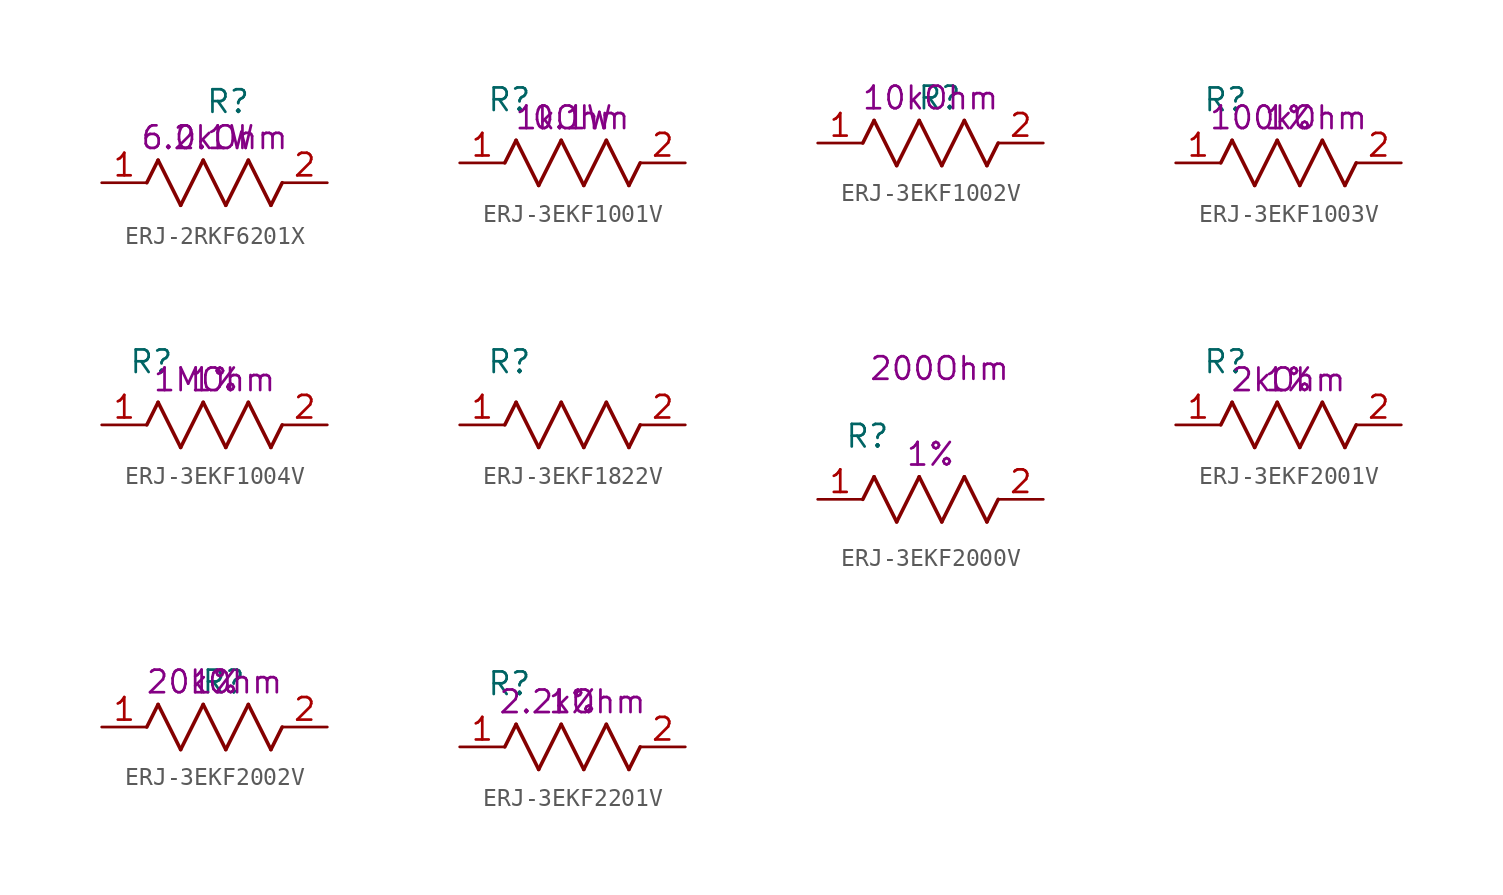
<source format=kicad_sym>
(kicad_symbol_lib
  (version 20241209)
  (generator "kicad_symbol_editor")
  (generator_version "9.0")
  (symbol "ERJ-2RKF6201X"
    (property "Reference" "R"
      (at 0.762 2.032 0)
      (effects (font (size 1.27 1.27))))
    (property "R" "6.2kOhm"
      (at 0 0 0)
      (effects (font (size 1.27 1.27))))
    (property "P" "0.1W"
      (at 0 0 0)
      (effects (font (size 1.27 1.27))))
    (symbol "ERJ-2RKF6201X_1_1"
      (polyline (pts (xy -3.81 -2.54) (xy -3.175 -1.27)) (stroke (width 0.203) (type default)) (fill (type none)))
      (polyline (pts (xy -3.175 -1.27) (xy -1.905 -3.81)) (stroke (width 0.203) (type default)) (fill (type none)))
      (polyline (pts (xy -1.905 -3.81) (xy -0.635 -1.27)) (stroke (width 0.203) (type default)) (fill (type none)))
      (polyline (pts (xy -0.635 -1.27) (xy 0.635 -3.81)) (stroke (width 0.203) (type default)) (fill (type none)))
      (polyline (pts (xy 0.635 -3.81) (xy 1.905 -1.27)) (stroke (width 0.203) (type default)) (fill (type none)))
      (polyline (pts (xy 1.905 -1.27) (xy 3.175 -3.81)) (stroke (width 0.203) (type default)) (fill (type none)))
      (polyline (pts (xy 3.175 -3.81) (xy 3.81 -2.54)) (stroke (width 0.203) (type default)) (fill (type none)))
      (pin unspecified line (at -6.35 -2.54 0) (length 2.54) (name "" (effects (font (size 1.27 1.27)))) (number "1" (effects (font (size 1.27 1.27)))))
      (pin unspecified line (at 6.35 -2.54 180) (length 2.54) (name "" (effects (font (size 1.27 1.27)))) (number "2" (effects (font (size 1.27 1.27)))))))
  (symbol "ERJ-3EKF1001V"
    (property "Reference" "R"
      (at -3.556 1.016 0)
      (effects (font (size 1.27 1.27))))
    (property "R" "1kOhm"
      (at 0 0 0)
      (effects (font (size 1.27 1.27))))
    (property "P" "0.1W"
      (at 0 0 0)
      (effects (font (size 1.27 1.27))))
    (symbol "ERJ-3EKF1001V_1_1"
      (polyline (pts (xy -3.81 -2.54) (xy -3.175 -1.27)) (stroke (width 0.203) (type default)) (fill (type none)))
      (polyline (pts (xy -3.175 -1.27) (xy -1.905 -3.81)) (stroke (width 0.203) (type default)) (fill (type none)))
      (polyline (pts (xy -1.905 -3.81) (xy -0.635 -1.27)) (stroke (width 0.203) (type default)) (fill (type none)))
      (polyline (pts (xy -0.635 -1.27) (xy 0.635 -3.81)) (stroke (width 0.203) (type default)) (fill (type none)))
      (polyline (pts (xy 0.635 -3.81) (xy 1.905 -1.27)) (stroke (width 0.203) (type default)) (fill (type none)))
      (polyline (pts (xy 1.905 -1.27) (xy 3.175 -3.81)) (stroke (width 0.203) (type default)) (fill (type none)))
      (polyline (pts (xy 3.175 -3.81) (xy 3.81 -2.54)) (stroke (width 0.203) (type default)) (fill (type none)))
      (pin unspecified line (at -6.35 -2.54 0) (length 2.54) (name "" (effects (font (size 1.27 1.27)))) (number "1" (effects (font (size 1.27 1.27)))))
      (pin unspecified line (at 6.35 -2.54 180) (length 2.54) (name "" (effects (font (size 1.27 1.27)))) (number "2" (effects (font (size 1.27 1.27)))))))
  (symbol "ERJ-3EKF1002V"
    (property "Reference" "R"
      (at 0.508 0 0)
      (effects (font (size 1.27 1.27))))
    (property "R" "10kOhm"
      (at 0 0 0)
      (effects (font (size 1.27 1.27))))
    (symbol "ERJ-3EKF1002V_1_1"
      (polyline (pts (xy -3.81 -2.54) (xy -3.175 -1.27)) (stroke (width 0.203) (type default)) (fill (type none)))
      (polyline (pts (xy -3.175 -1.27) (xy -1.905 -3.81)) (stroke (width 0.203) (type default)) (fill (type none)))
      (polyline (pts (xy -1.905 -3.81) (xy -0.635 -1.27)) (stroke (width 0.203) (type default)) (fill (type none)))
      (polyline (pts (xy -0.635 -1.27) (xy 0.635 -3.81)) (stroke (width 0.203) (type default)) (fill (type none)))
      (polyline (pts (xy 0.635 -3.81) (xy 1.905 -1.27)) (stroke (width 0.203) (type default)) (fill (type none)))
      (polyline (pts (xy 1.905 -1.27) (xy 3.175 -3.81)) (stroke (width 0.203) (type default)) (fill (type none)))
      (polyline (pts (xy 3.175 -3.81) (xy 3.81 -2.54)) (stroke (width 0.203) (type default)) (fill (type none)))
      (pin unspecified line (at -6.35 -2.54 0) (length 2.54) (name "" (effects (font (size 1.27 1.27)))) (number "1" (effects (font (size 1.27 1.27)))))
      (pin unspecified line (at 6.35 -2.54 180) (length 2.54) (name "" (effects (font (size 1.27 1.27)))) (number "2" (effects (font (size 1.27 1.27)))))))
  (symbol "ERJ-3EKF1003V"
    (property "Reference" "R"
      (at -3.556 1.016 0)
      (effects (font (size 1.27 1.27))))
    (property "R" "100kOhm"
      (at 0 0 0)
      (effects (font (size 1.27 1.27))))
    (property "Acc" "1%"
      (at 0 0 0)
      (effects (font (size 1.27 1.27))))
    (symbol "ERJ-3EKF1003V_1_1"
      (polyline (pts (xy -3.81 -2.54) (xy -3.175 -1.27)) (stroke (width 0.203) (type default)) (fill (type none)))
      (polyline (pts (xy -3.175 -1.27) (xy -1.905 -3.81)) (stroke (width 0.203) (type default)) (fill (type none)))
      (polyline (pts (xy -1.905 -3.81) (xy -0.635 -1.27)) (stroke (width 0.203) (type default)) (fill (type none)))
      (polyline (pts (xy -0.635 -1.27) (xy 0.635 -3.81)) (stroke (width 0.203) (type default)) (fill (type none)))
      (polyline (pts (xy 0.635 -3.81) (xy 1.905 -1.27)) (stroke (width 0.203) (type default)) (fill (type none)))
      (polyline (pts (xy 1.905 -1.27) (xy 3.175 -3.81)) (stroke (width 0.203) (type default)) (fill (type none)))
      (polyline (pts (xy 3.175 -3.81) (xy 3.81 -2.54)) (stroke (width 0.203) (type default)) (fill (type none)))
      (pin unspecified line (at -6.35 -2.54 0) (length 2.54) (name "" (effects (font (size 1.27 1.27)))) (number "1" (effects (font (size 1.27 1.27)))))
      (pin unspecified line (at 6.35 -2.54 180) (length 2.54) (name "" (effects (font (size 1.27 1.27)))) (number "2" (effects (font (size 1.27 1.27)))))))
  (symbol "ERJ-3EKF1004V"
    (property "Reference" "R"
      (at -3.556 1.016 0)
      (effects (font (size 1.27 1.27))))
    (property "R" "1MOhm"
      (at 0 0 0)
      (effects (font (size 1.27 1.27))))
    (property "Acc" "1%"
      (at 0 0 0)
      (effects (font (size 1.27 1.27))))
    (symbol "ERJ-3EKF1004V_1_1"
      (polyline (pts (xy -3.81 -2.54) (xy -3.175 -1.27)) (stroke (width 0.203) (type default)) (fill (type none)))
      (polyline (pts (xy -3.175 -1.27) (xy -1.905 -3.81)) (stroke (width 0.203) (type default)) (fill (type none)))
      (polyline (pts (xy -1.905 -3.81) (xy -0.635 -1.27)) (stroke (width 0.203) (type default)) (fill (type none)))
      (polyline (pts (xy -0.635 -1.27) (xy 0.635 -3.81)) (stroke (width 0.203) (type default)) (fill (type none)))
      (polyline (pts (xy 0.635 -3.81) (xy 1.905 -1.27)) (stroke (width 0.203) (type default)) (fill (type none)))
      (polyline (pts (xy 1.905 -1.27) (xy 3.175 -3.81)) (stroke (width 0.203) (type default)) (fill (type none)))
      (polyline (pts (xy 3.175 -3.81) (xy 3.81 -2.54)) (stroke (width 0.203) (type default)) (fill (type none)))
      (pin unspecified line (at -6.35 -2.54 0) (length 2.54) (name "" (effects (font (size 1.27 1.27)))) (number "1" (effects (font (size 1.27 1.27)))))
      (pin unspecified line (at 6.35 -2.54 180) (length 2.54) (name "" (effects (font (size 1.27 1.27)))) (number "2" (effects (font (size 1.27 1.27)))))))
  (symbol "ERJ-3EKF1822V"
    (property "Reference" "R"
      (at -3.556 1.016 0)
      (effects (font (size 1.27 1.27))))
    (symbol "ERJ-3EKF1822V_1_1"
      (polyline (pts (xy -3.81 -2.54) (xy -3.175 -1.27)) (stroke (width 0.203) (type default)) (fill (type none)))
      (polyline (pts (xy -3.175 -1.27) (xy -1.905 -3.81)) (stroke (width 0.203) (type default)) (fill (type none)))
      (polyline (pts (xy -1.905 -3.81) (xy -0.635 -1.27)) (stroke (width 0.203) (type default)) (fill (type none)))
      (polyline (pts (xy -0.635 -1.27) (xy 0.635 -3.81)) (stroke (width 0.203) (type default)) (fill (type none)))
      (polyline (pts (xy 0.635 -3.81) (xy 1.905 -1.27)) (stroke (width 0.203) (type default)) (fill (type none)))
      (polyline (pts (xy 1.905 -1.27) (xy 3.175 -3.81)) (stroke (width 0.203) (type default)) (fill (type none)))
      (polyline (pts (xy 3.175 -3.81) (xy 3.81 -2.54)) (stroke (width 0.203) (type default)) (fill (type none)))
      (pin unspecified line (at -6.35 -2.54 0) (length 2.54) (name "" (effects (font (size 1.27 1.27)))) (number "1" (effects (font (size 1.27 1.27)))))
      (pin unspecified line (at 6.35 -2.54 180) (length 2.54) (name "" (effects (font (size 1.27 1.27)))) (number "2" (effects (font (size 1.27 1.27)))))))
  (symbol "ERJ-3EKF2000V"
    (property "Reference" "R"
      (at -3.556 1.016 0)
      (effects (font (size 1.27 1.27))))
    (property "R" "200Ohm"
      (at 0.508 4.826 0)
      (effects (font (size 1.27 1.27))))
    (property "Acc" "1%"
      (at 0 0 0)
      (effects (font (size 1.27 1.27))))
    (symbol "ERJ-3EKF2000V_1_1"
      (polyline (pts (xy -3.81 -2.54) (xy -3.175 -1.27)) (stroke (width 0.203) (type default)) (fill (type none)))
      (polyline (pts (xy -3.175 -1.27) (xy -1.905 -3.81)) (stroke (width 0.203) (type default)) (fill (type none)))
      (polyline (pts (xy -1.905 -3.81) (xy -0.635 -1.27)) (stroke (width 0.203) (type default)) (fill (type none)))
      (polyline (pts (xy -0.635 -1.27) (xy 0.635 -3.81)) (stroke (width 0.203) (type default)) (fill (type none)))
      (polyline (pts (xy 0.635 -3.81) (xy 1.905 -1.27)) (stroke (width 0.203) (type default)) (fill (type none)))
      (polyline (pts (xy 1.905 -1.27) (xy 3.175 -3.81)) (stroke (width 0.203) (type default)) (fill (type none)))
      (polyline (pts (xy 3.175 -3.81) (xy 3.81 -2.54)) (stroke (width 0.203) (type default)) (fill (type none)))
      (pin unspecified line (at -6.35 -2.54 0) (length 2.54) (name "" (effects (font (size 1.27 1.27)))) (number "1" (effects (font (size 1.27 1.27)))))
      (pin unspecified line (at 6.35 -2.54 180) (length 2.54) (name "" (effects (font (size 1.27 1.27)))) (number "2" (effects (font (size 1.27 1.27)))))))
  (symbol "ERJ-3EKF2001V"
    (property "Reference" "R"
      (at -3.556 1.016 0)
      (effects (font (size 1.27 1.27))))
    (property "Acc" "1%"
      (at 0 0 0)
      (effects (font (size 1.27 1.27))))
    (property "R" "2kOhm"
      (at 0 0 0)
      (effects (font (size 1.27 1.27))))
    (symbol "ERJ-3EKF2001V_1_1"
      (polyline (pts (xy -3.81 -2.54) (xy -3.175 -1.27)) (stroke (width 0.203) (type default)) (fill (type none)))
      (polyline (pts (xy -3.175 -1.27) (xy -1.905 -3.81)) (stroke (width 0.203) (type default)) (fill (type none)))
      (polyline (pts (xy -1.905 -3.81) (xy -0.635 -1.27)) (stroke (width 0.203) (type default)) (fill (type none)))
      (polyline (pts (xy -0.635 -1.27) (xy 0.635 -3.81)) (stroke (width 0.203) (type default)) (fill (type none)))
      (polyline (pts (xy 0.635 -3.81) (xy 1.905 -1.27)) (stroke (width 0.203) (type default)) (fill (type none)))
      (polyline (pts (xy 1.905 -1.27) (xy 3.175 -3.81)) (stroke (width 0.203) (type default)) (fill (type none)))
      (polyline (pts (xy 3.175 -3.81) (xy 3.81 -2.54)) (stroke (width 0.203) (type default)) (fill (type none)))
      (pin unspecified line (at -6.35 -2.54 0) (length 2.54) (name "" (effects (font (size 1.27 1.27)))) (number "1" (effects (font (size 1.27 1.27)))))
      (pin unspecified line (at 6.35 -2.54 180) (length 2.54) (name "" (effects (font (size 1.27 1.27)))) (number "2" (effects (font (size 1.27 1.27)))))))
  (symbol "ERJ-3EKF2002V"
    (property "Reference" "R"
      (at 0.508 0 0)
      (effects (font (size 1.27 1.27))))
    (property "R" "20kOhm"
      (at 0 0 0)
      (effects (font (size 1.27 1.27))))
    (property "Acc" "1%"
      (at 0 0 0)
      (effects (font (size 1.27 1.27))))
    (symbol "ERJ-3EKF2002V_1_1"
      (polyline (pts (xy -3.81 -2.54) (xy -3.175 -1.27)) (stroke (width 0.203) (type default)) (fill (type none)))
      (polyline (pts (xy -3.175 -1.27) (xy -1.905 -3.81)) (stroke (width 0.203) (type default)) (fill (type none)))
      (polyline (pts (xy -1.905 -3.81) (xy -0.635 -1.27)) (stroke (width 0.203) (type default)) (fill (type none)))
      (polyline (pts (xy -0.635 -1.27) (xy 0.635 -3.81)) (stroke (width 0.203) (type default)) (fill (type none)))
      (polyline (pts (xy 0.635 -3.81) (xy 1.905 -1.27)) (stroke (width 0.203) (type default)) (fill (type none)))
      (polyline (pts (xy 1.905 -1.27) (xy 3.175 -3.81)) (stroke (width 0.203) (type default)) (fill (type none)))
      (polyline (pts (xy 3.175 -3.81) (xy 3.81 -2.54)) (stroke (width 0.203) (type default)) (fill (type none)))
      (pin unspecified line (at -6.35 -2.54 0) (length 2.54) (name "" (effects (font (size 1.27 1.27)))) (number "1" (effects (font (size 1.27 1.27)))))
      (pin unspecified line (at 6.35 -2.54 180) (length 2.54) (name "" (effects (font (size 1.27 1.27)))) (number "2" (effects (font (size 1.27 1.27)))))))
  (symbol "ERJ-3EKF2201V"
    (property "Reference" "R"
      (at -3.556 1.016 0)
      (effects (font (size 1.27 1.27))))
    (property "R" "2.2kOhm"
      (at 0 0 0)
      (effects (font (size 1.27 1.27))))
    (property "Acc" "1%"
      (at 0 0 0)
      (effects (font (size 1.27 1.27))))
    (symbol "ERJ-3EKF2201V_1_1"
      (polyline (pts (xy -3.81 -2.54) (xy -3.175 -1.27)) (stroke (width 0.203) (type default)) (fill (type none)))
      (polyline (pts (xy -3.175 -1.27) (xy -1.905 -3.81)) (stroke (width 0.203) (type default)) (fill (type none)))
      (polyline (pts (xy -1.905 -3.81) (xy -0.635 -1.27)) (stroke (width 0.203) (type default)) (fill (type none)))
      (polyline (pts (xy -0.635 -1.27) (xy 0.635 -3.81)) (stroke (width 0.203) (type default)) (fill (type none)))
      (polyline (pts (xy 0.635 -3.81) (xy 1.905 -1.27)) (stroke (width 0.203) (type default)) (fill (type none)))
      (polyline (pts (xy 1.905 -1.27) (xy 3.175 -3.81)) (stroke (width 0.203) (type default)) (fill (type none)))
      (polyline (pts (xy 3.175 -3.81) (xy 3.81 -2.54)) (stroke (width 0.203) (type default)) (fill (type none)))
      (pin unspecified line (at -6.35 -2.54 0) (length 2.54) (name "" (effects (font (size 1.27 1.27)))) (number "1" (effects (font (size 1.27 1.27)))))
      (pin unspecified line (at 6.35 -2.54 180) (length 2.54) (name "" (effects (font (size 1.27 1.27)))) (number "2" (effects (font (size 1.27 1.27))))))))
</source>
